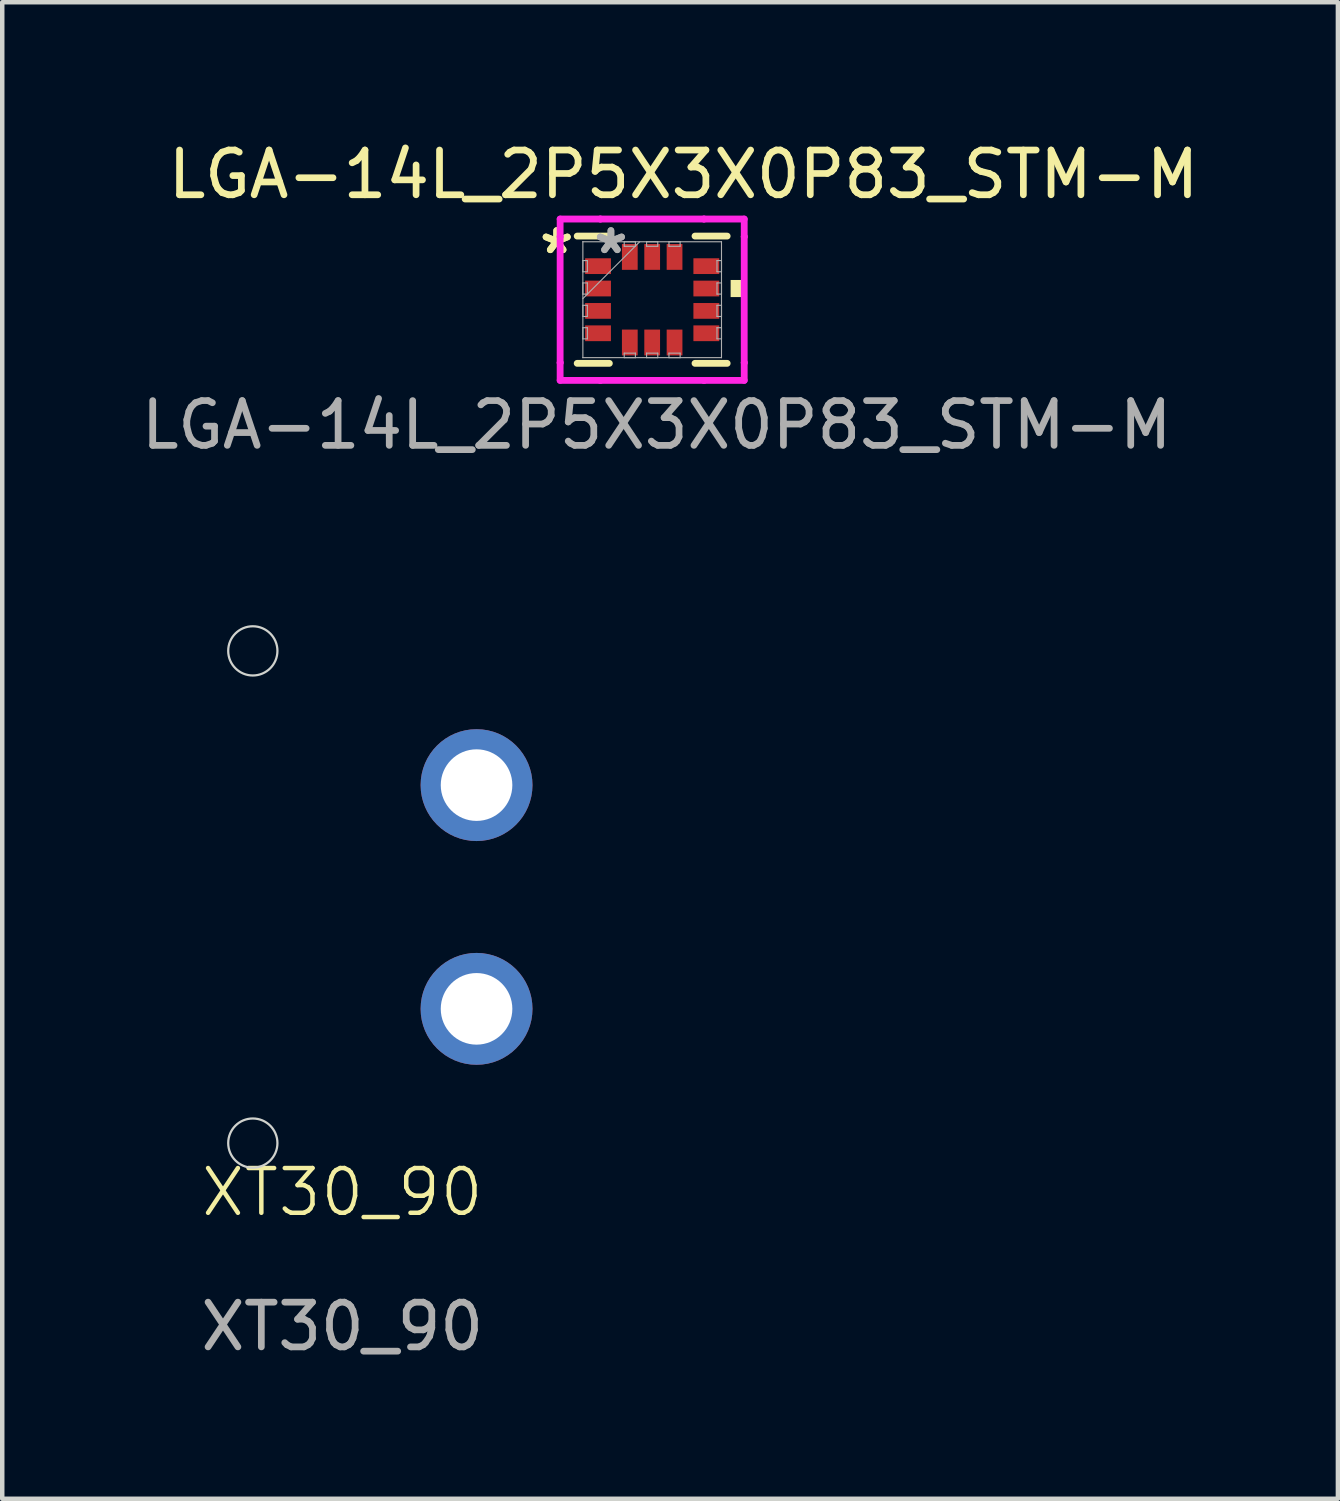
<source format=kicad_pcb>
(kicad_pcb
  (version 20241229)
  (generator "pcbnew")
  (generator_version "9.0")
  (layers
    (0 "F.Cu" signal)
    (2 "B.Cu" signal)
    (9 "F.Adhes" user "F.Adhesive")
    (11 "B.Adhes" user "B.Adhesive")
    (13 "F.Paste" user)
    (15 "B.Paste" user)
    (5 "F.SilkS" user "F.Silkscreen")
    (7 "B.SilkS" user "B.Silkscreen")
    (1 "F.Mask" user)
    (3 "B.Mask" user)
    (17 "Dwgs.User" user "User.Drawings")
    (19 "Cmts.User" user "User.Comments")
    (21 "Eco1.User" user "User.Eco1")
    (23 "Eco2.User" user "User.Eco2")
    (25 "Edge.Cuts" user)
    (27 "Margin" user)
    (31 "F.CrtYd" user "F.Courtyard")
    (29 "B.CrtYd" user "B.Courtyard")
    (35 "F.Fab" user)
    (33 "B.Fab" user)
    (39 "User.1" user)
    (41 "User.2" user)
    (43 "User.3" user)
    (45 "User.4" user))
  (footprint "XT30_90"
    (layer "F.Cu")
    (at 4.6 24.096)
    (property "Reference" "XT30_90" (at 0 -0.5 0) (unlocked yes) (layer "F.SilkS") (effects (font (size 1 1) (thickness 0.1))))
    (attr exclude_from_pos_files exclude_from_bom)
    (fp_circle (center -2 -12.6) (end -1.45 -12.6) (stroke (width 0.05) (type solid)) (fill no) (layer "Edge.Cuts"))
    (fp_circle (center -2 -1.6) (end -1.45 -1.6) (stroke (width 0.05) (type solid)) (fill no) (layer "Edge.Cuts"))
    (fp_text user "${REFERENCE}" (at 0 2.5 0) (unlocked yes) (layer "F.Fab") (effects (font (size 1 1) (thickness 0.15))))
    (pad "1" thru_hole circle (at 3 -9.6) (size 2.5 2.5) (drill 1.6) (layers "*.Cu" "*.Mask"))
    (pad "2" thru_hole circle (at 3 -4.6) (size 2.5 2.5) (drill 1.6) (layers "*.Cu" "*.Mask"))
    (zone (net_name "") (layer "F.Cu") (hatch edge 0.5) (connect_pads) (min_thickness 0.25) (filled_areas_thickness no) (keepout (tracks allowed) (vias not_allowed) (pads not_allowed) (copperpour allowed) (footprints allowed)) (placement (enabled no)) (fill) (polygon (pts (xy 9 10.296) (xy 0 10.296) (xy 0 23.697) (xy 9 23.697)))))
  (footprint "LGA-14L_2P5X3X0P83_STM-M"
    (layer "F.Cu")
    (at 11.525 3.648)
    (property "Reference" "LGA-14L_2P5X3X0P83_STM-M" (at 0.7 -2.8 0) (unlocked yes) (layer "F.SilkS") (effects (font (size 1 1) (thickness 0.15))))
    (attr smd)
    (fp_line (start -1.676 1.422) (end -0.957 1.422) (stroke (width 0.152) (type solid)) (layer "F.SilkS"))
    (fp_line (start -0.957 -1.422) (end -1.676 -1.422) (stroke (width 0.152) (type solid)) (layer "F.SilkS"))
    (fp_line (start 0.957 1.422) (end 1.676 1.422) (stroke (width 0.152) (type solid)) (layer "F.SilkS"))
    (fp_line (start 1.676 -1.422) (end 0.957 -1.422) (stroke (width 0.152) (type solid)) (layer "F.SilkS"))
    (fp_poly (pts (xy 2.007 -0.441) (xy 2.007 -0.059) (xy 1.753 -0.059) (xy 1.753 -0.441)) (stroke (width 0) (type solid)) (fill yes) (layer "F.SilkS"))
    (fp_line (start -2.057 -1.803) (end -1.158 -1.803) (stroke (width 0.152) (type solid)) (layer "F.CrtYd"))
    (fp_line (start -2.057 -1.408) (end -2.057 -1.803) (stroke (width 0.152) (type solid)) (layer "F.CrtYd"))
    (fp_line (start -2.057 -1.408) (end -2.057 -1.408) (stroke (width 0.152) (type solid)) (layer "F.CrtYd"))
    (fp_line (start -2.057 1.408) (end -2.057 -1.408) (stroke (width 0.152) (type solid)) (layer "F.CrtYd"))
    (fp_line (start -2.057 1.408) (end -2.057 1.408) (stroke (width 0.152) (type solid)) (layer "F.CrtYd"))
    (fp_line (start -2.057 1.803) (end -2.057 1.408) (stroke (width 0.152) (type solid)) (layer "F.CrtYd"))
    (fp_line (start -1.158 -1.803) (end -1.158 -1.803) (stroke (width 0.152) (type solid)) (layer "F.CrtYd"))
    (fp_line (start -1.158 -1.803) (end 1.158 -1.803) (stroke (width 0.152) (type solid)) (layer "F.CrtYd"))
    (fp_line (start -1.158 1.803) (end -2.057 1.803) (stroke (width 0.152) (type solid)) (layer "F.CrtYd"))
    (fp_line (start -1.158 1.803) (end -1.158 1.803) (stroke (width 0.152) (type solid)) (layer "F.CrtYd"))
    (fp_line (start 1.158 -1.803) (end 1.158 -1.803) (stroke (width 0.152) (type solid)) (layer "F.CrtYd"))
    (fp_line (start 1.158 -1.803) (end 2.057 -1.803) (stroke (width 0.152) (type solid)) (layer "F.CrtYd"))
    (fp_line (start 1.158 1.803) (end -1.158 1.803) (stroke (width 0.152) (type solid)) (layer "F.CrtYd"))
    (fp_line (start 1.158 1.803) (end 1.158 1.803) (stroke (width 0.152) (type solid)) (layer "F.CrtYd"))
    (fp_line (start 2.057 -1.803) (end 2.057 -1.408) (stroke (width 0.152) (type solid)) (layer "F.CrtYd"))
    (fp_line (start 2.057 -1.408) (end 2.057 -1.408) (stroke (width 0.152) (type solid)) (layer "F.CrtYd"))
    (fp_line (start 2.057 -1.408) (end 2.057 1.408) (stroke (width 0.152) (type solid)) (layer "F.CrtYd"))
    (fp_line (start 2.057 1.408) (end 2.057 1.408) (stroke (width 0.152) (type solid)) (layer "F.CrtYd"))
    (fp_line (start 2.057 1.408) (end 2.057 1.803) (stroke (width 0.152) (type solid)) (layer "F.CrtYd"))
    (fp_line (start 2.057 1.803) (end 1.158 1.803) (stroke (width 0.152) (type solid)) (layer "F.CrtYd"))
    (fp_line (start -1.549 -1.295) (end -1.549 -1.295) (stroke (width 0.025) (type solid)) (layer "F.Fab"))
    (fp_line (start -1.549 -1.295) (end -1.549 1.295) (stroke (width 0.025) (type solid)) (layer "F.Fab"))
    (fp_line (start -1.549 -0.875) (end -1.448 -0.875) (stroke (width 0.025) (type solid)) (layer "F.Fab"))
    (fp_line (start -1.549 -0.625) (end -1.549 -0.875) (stroke (width 0.025) (type solid)) (layer "F.Fab"))
    (fp_line (start -1.549 -0.375) (end -1.448 -0.375) (stroke (width 0.025) (type solid)) (layer "F.Fab"))
    (fp_line (start -1.549 -0.125) (end -1.549 -0.375) (stroke (width 0.025) (type solid)) (layer "F.Fab"))
    (fp_line (start -1.549 -0.025) (end -0.279 -1.295) (stroke (width 0.025) (type solid)) (layer "F.Fab"))
    (fp_line (start -1.549 0.125) (end -1.448 0.125) (stroke (width 0.025) (type solid)) (layer "F.Fab"))
    (fp_line (start -1.549 0.375) (end -1.549 0.125) (stroke (width 0.025) (type solid)) (layer "F.Fab"))
    (fp_line (start -1.549 0.625) (end -1.448 0.625) (stroke (width 0.025) (type solid)) (layer "F.Fab"))
    (fp_line (start -1.549 0.875) (end -1.549 0.625) (stroke (width 0.025) (type solid)) (layer "F.Fab"))
    (fp_line (start -1.549 1.295) (end -1.549 1.295) (stroke (width 0.025) (type solid)) (layer "F.Fab"))
    (fp_line (start -1.549 1.295) (end 1.549 1.295) (stroke (width 0.025) (type solid)) (layer "F.Fab"))
    (fp_line (start -1.448 -0.875) (end -1.448 -0.625) (stroke (width 0.025) (type solid)) (layer "F.Fab"))
    (fp_line (start -1.448 -0.625) (end -1.549 -0.625) (stroke (width 0.025) (type solid)) (layer "F.Fab"))
    (fp_line (start -1.448 -0.375) (end -1.448 -0.125) (stroke (width 0.025) (type solid)) (layer "F.Fab"))
    (fp_line (start -1.448 -0.125) (end -1.549 -0.125) (stroke (width 0.025) (type solid)) (layer "F.Fab"))
    (fp_line (start -1.448 0.125) (end -1.448 0.375) (stroke (width 0.025) (type solid)) (layer "F.Fab"))
    (fp_line (start -1.448 0.375) (end -1.549 0.375) (stroke (width 0.025) (type solid)) (layer "F.Fab"))
    (fp_line (start -1.448 0.625) (end -1.448 0.875) (stroke (width 0.025) (type solid)) (layer "F.Fab"))
    (fp_line (start -1.448 0.875) (end -1.549 0.875) (stroke (width 0.025) (type solid)) (layer "F.Fab"))
    (fp_line (start -0.625 -1.295) (end -0.375 -1.295) (stroke (width 0.025) (type solid)) (layer "F.Fab"))
    (fp_line (start -0.625 -1.194) (end -0.625 -1.295) (stroke (width 0.025) (type solid)) (layer "F.Fab"))
    (fp_line (start -0.625 1.194) (end -0.375 1.194) (stroke (width 0.025) (type solid)) (layer "F.Fab"))
    (fp_line (start -0.625 1.295) (end -0.625 1.194) (stroke (width 0.025) (type solid)) (layer "F.Fab"))
    (fp_line (start -0.375 -1.295) (end -0.375 -1.194) (stroke (width 0.025) (type solid)) (layer "F.Fab"))
    (fp_line (start -0.375 -1.194) (end -0.625 -1.194) (stroke (width 0.025) (type solid)) (layer "F.Fab"))
    (fp_line (start -0.375 1.194) (end -0.375 1.295) (stroke (width 0.025) (type solid)) (layer "F.Fab"))
    (fp_line (start -0.375 1.295) (end -0.625 1.295) (stroke (width 0.025) (type solid)) (layer "F.Fab"))
    (fp_line (start -0.125 -1.295) (end 0.125 -1.295) (stroke (width 0.025) (type solid)) (layer "F.Fab"))
    (fp_line (start -0.125 -1.194) (end -0.125 -1.295) (stroke (width 0.025) (type solid)) (layer "F.Fab"))
    (fp_line (start -0.125 1.194) (end 0.125 1.194) (stroke (width 0.025) (type solid)) (layer "F.Fab"))
    (fp_line (start -0.125 1.295) (end -0.125 1.194) (stroke (width 0.025) (type solid)) (layer "F.Fab"))
    (fp_line (start 0.125 -1.295) (end 0.125 -1.194) (stroke (width 0.025) (type solid)) (layer "F.Fab"))
    (fp_line (start 0.125 -1.194) (end -0.125 -1.194) (stroke (width 0.025) (type solid)) (layer "F.Fab"))
    (fp_line (start 0.125 1.194) (end 0.125 1.295) (stroke (width 0.025) (type solid)) (layer "F.Fab"))
    (fp_line (start 0.125 1.295) (end -0.125 1.295) (stroke (width 0.025) (type solid)) (layer "F.Fab"))
    (fp_line (start 0.375 -1.295) (end 0.625 -1.295) (stroke (width 0.025) (type solid)) (layer "F.Fab"))
    (fp_line (start 0.375 -1.194) (end 0.375 -1.295) (stroke (width 0.025) (type solid)) (layer "F.Fab"))
    (fp_line (start 0.375 1.194) (end 0.625 1.194) (stroke (width 0.025) (type solid)) (layer "F.Fab"))
    (fp_line (start 0.375 1.295) (end 0.375 1.194) (stroke (width 0.025) (type solid)) (layer "F.Fab"))
    (fp_line (start 0.625 -1.295) (end 0.625 -1.194) (stroke (width 0.025) (type solid)) (layer "F.Fab"))
    (fp_line (start 0.625 -1.194) (end 0.375 -1.194) (stroke (width 0.025) (type solid)) (layer "F.Fab"))
    (fp_line (start 0.625 1.194) (end 0.625 1.295) (stroke (width 0.025) (type solid)) (layer "F.Fab"))
    (fp_line (start 0.625 1.295) (end 0.375 1.295) (stroke (width 0.025) (type solid)) (layer "F.Fab"))
    (fp_line (start 1.448 -0.875) (end 1.549 -0.875) (stroke (width 0.025) (type solid)) (layer "F.Fab"))
    (fp_line (start 1.448 -0.625) (end 1.448 -0.875) (stroke (width 0.025) (type solid)) (layer "F.Fab"))
    (fp_line (start 1.448 -0.375) (end 1.549 -0.375) (stroke (width 0.025) (type solid)) (layer "F.Fab"))
    (fp_line (start 1.448 -0.125) (end 1.448 -0.375) (stroke (width 0.025) (type solid)) (layer "F.Fab"))
    (fp_line (start 1.448 0.125) (end 1.549 0.125) (stroke (width 0.025) (type solid)) (layer "F.Fab"))
    (fp_line (start 1.448 0.375) (end 1.448 0.125) (stroke (width 0.025) (type solid)) (layer "F.Fab"))
    (fp_line (start 1.448 0.625) (end 1.549 0.625) (stroke (width 0.025) (type solid)) (layer "F.Fab"))
    (fp_line (start 1.448 0.875) (end 1.448 0.625) (stroke (width 0.025) (type solid)) (layer "F.Fab"))
    (fp_line (start 1.549 -1.295) (end -1.549 -1.295) (stroke (width 0.025) (type solid)) (layer "F.Fab"))
    (fp_line (start 1.549 -1.295) (end 1.549 -1.295) (stroke (width 0.025) (type solid)) (layer "F.Fab"))
    (fp_line (start 1.549 -0.875) (end 1.549 -0.625) (stroke (width 0.025) (type solid)) (layer "F.Fab"))
    (fp_line (start 1.549 -0.625) (end 1.448 -0.625) (stroke (width 0.025) (type solid)) (layer "F.Fab"))
    (fp_line (start 1.549 -0.375) (end 1.549 -0.125) (stroke (width 0.025) (type solid)) (layer "F.Fab"))
    (fp_line (start 1.549 -0.125) (end 1.448 -0.125) (stroke (width 0.025) (type solid)) (layer "F.Fab"))
    (fp_line (start 1.549 0.125) (end 1.549 0.375) (stroke (width 0.025) (type solid)) (layer "F.Fab"))
    (fp_line (start 1.549 0.375) (end 1.448 0.375) (stroke (width 0.025) (type solid)) (layer "F.Fab"))
    (fp_line (start 1.549 0.625) (end 1.549 0.875) (stroke (width 0.025) (type solid)) (layer "F.Fab"))
    (fp_line (start 1.549 0.875) (end 1.448 0.875) (stroke (width 0.025) (type solid)) (layer "F.Fab"))
    (fp_line (start 1.549 1.295) (end 1.549 -1.295) (stroke (width 0.025) (type solid)) (layer "F.Fab"))
    (fp_line (start 1.549 1.295) (end 1.549 1.295) (stroke (width 0.025) (type solid)) (layer "F.Fab"))
    (fp_text user "*" (at -2.134 -1 0) (layer "F.SilkS") (effects (font (size 1 1) (thickness 0.15))))
    (fp_text user "*" (at -2.134 -1 0) (unlocked yes) (layer "F.SilkS") (effects (font (size 1 1) (thickness 0.15))))
    (fp_text user "${REFERENCE}" (at 0.1 2.8 0) (unlocked yes) (layer "F.Fab") (effects (font (size 1 1) (thickness 0.15))))
    (fp_text user "*" (at -0.922 -1 0) (layer "F.Fab") (effects (font (size 1 1) (thickness 0.15))))
    (fp_text user "*" (at -0.922 -1 0) (unlocked yes) (layer "F.Fab") (effects (font (size 1 1) (thickness 0.15))))
    (pad "1" smd rect (at -1.21 -0.75 90) (size 0.352 0.577) (layers "F.Cu" "F.Mask" "F.Paste"))
    (pad "2" smd rect (at -1.21 -0.25 90) (size 0.352 0.577) (layers "F.Cu" "F.Mask" "F.Paste"))
    (pad "3" smd rect (at -1.21 0.25 90) (size 0.352 0.577) (layers "F.Cu" "F.Mask" "F.Paste"))
    (pad "4" smd rect (at -1.21 0.75 90) (size 0.352 0.577) (layers "F.Cu" "F.Mask" "F.Paste"))
    (pad "5" smd rect (at -0.5 0.956) (size 0.352 0.577) (layers "F.Cu" "F.Mask" "F.Paste"))
    (pad "6" smd rect (at 0 0.956) (size 0.352 0.577) (layers "F.Cu" "F.Mask" "F.Paste"))
    (pad "7" smd rect (at 0.5 0.956) (size 0.352 0.577) (layers "F.Cu" "F.Mask" "F.Paste"))
    (pad "8" smd rect (at 1.21 0.75 90) (size 0.352 0.577) (layers "F.Cu" "F.Mask" "F.Paste"))
    (pad "9" smd rect (at 1.21 0.25 90) (size 0.352 0.577) (layers "F.Cu" "F.Mask" "F.Paste"))
    (pad "10" smd rect (at 1.21 -0.25 90) (size 0.352 0.577) (layers "F.Cu" "F.Mask" "F.Paste"))
    (pad "11" smd rect (at 1.21 -0.75 90) (size 0.352 0.577) (layers "F.Cu" "F.Mask" "F.Paste"))
    (pad "12" smd rect (at 0.5 -0.956) (size 0.352 0.577) (layers "F.Cu" "F.Mask" "F.Paste"))
    (pad "13" smd rect (at 0 -0.956) (size 0.352 0.577) (layers "F.Cu" "F.Mask" "F.Paste"))
    (pad "14" smd rect (at -0.5 -0.956) (size 0.352 0.577) (layers "F.Cu" "F.Mask" "F.Paste")))
  (gr_rect
    (start -3 -3)
    (end 26.85 30.445)
    (stroke (width 0.1) (type default))
    (fill no)
    (layer "Edge.Cuts")))
</source>
